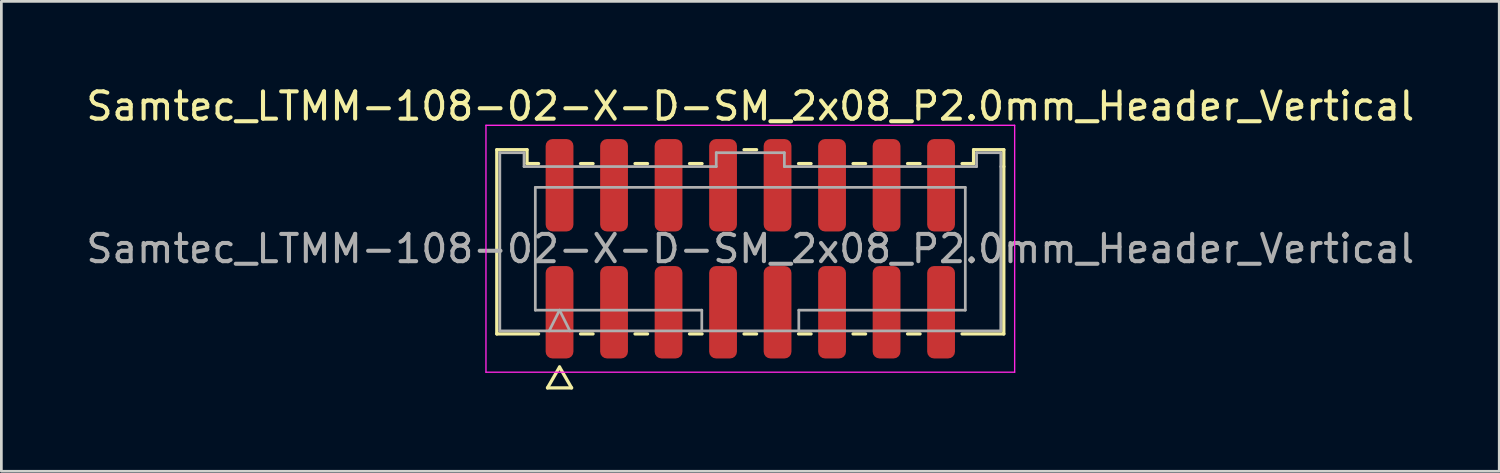
<source format=kicad_pcb>
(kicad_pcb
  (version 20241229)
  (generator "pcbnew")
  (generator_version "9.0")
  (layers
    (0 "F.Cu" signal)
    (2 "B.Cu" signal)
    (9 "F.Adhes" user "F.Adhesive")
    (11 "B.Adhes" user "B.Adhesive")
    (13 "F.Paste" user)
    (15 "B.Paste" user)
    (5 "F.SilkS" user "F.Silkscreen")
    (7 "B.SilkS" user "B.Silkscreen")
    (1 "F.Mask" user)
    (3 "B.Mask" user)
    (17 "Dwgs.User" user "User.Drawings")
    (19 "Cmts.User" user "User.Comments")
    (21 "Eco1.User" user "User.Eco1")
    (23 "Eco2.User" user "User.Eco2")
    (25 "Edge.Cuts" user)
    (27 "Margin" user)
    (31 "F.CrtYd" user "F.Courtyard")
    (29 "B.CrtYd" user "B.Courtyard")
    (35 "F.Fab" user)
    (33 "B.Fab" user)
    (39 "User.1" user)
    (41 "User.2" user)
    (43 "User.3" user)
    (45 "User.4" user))
  (footprint "Samtec_LTMM-108-02-X-D-SM_2x08_P2.0mm_Header_Vertical"
    (layer "F.Cu")
    (at 24.482 6.078)
    (property "Reference" "Samtec_LTMM-108-02-X-D-SM_2x08_P2.0mm_Header_Vertical" (at 0 -5.23 0) (layer "F.SilkS") (effects (font (size 1 1) (thickness 0.15))))
    (attr smd)
    (fp_line (start -9.302 -3.635) (end -8.193 -3.635) (stroke (width 0.12) (type solid)) (layer "F.SilkS"))
    (fp_line (start -9.302 3.125) (end -9.302 -3.635) (stroke (width 0.12) (type solid)) (layer "F.SilkS"))
    (fp_line (start -8.193 -3.635) (end -8.193 -3.125) (stroke (width 0.12) (type solid)) (layer "F.SilkS"))
    (fp_line (start -8.193 -3.125) (end -7.77 -3.125) (stroke (width 0.12) (type solid)) (layer "F.SilkS"))
    (fp_line (start -7.77 3.125) (end -9.302 3.125) (stroke (width 0.12) (type solid)) (layer "F.SilkS"))
    (fp_line (start -7.442 5.105) (end -7 4.34) (stroke (width 0.12) (type solid)) (layer "F.SilkS"))
    (fp_line (start -7 4.34) (end -6.558 5.105) (stroke (width 0.12) (type solid)) (layer "F.SilkS"))
    (fp_line (start -6.558 5.105) (end -7.442 5.105) (stroke (width 0.12) (type solid)) (layer "F.SilkS"))
    (fp_line (start -6.23 -3.125) (end -5.77 -3.125) (stroke (width 0.12) (type solid)) (layer "F.SilkS"))
    (fp_line (start -5.77 3.125) (end -6.23 3.125) (stroke (width 0.12) (type solid)) (layer "F.SilkS"))
    (fp_line (start -4.23 -3.125) (end -3.77 -3.125) (stroke (width 0.12) (type solid)) (layer "F.SilkS"))
    (fp_line (start -3.77 3.125) (end -4.23 3.125) (stroke (width 0.12) (type solid)) (layer "F.SilkS"))
    (fp_line (start -2.23 -3.125) (end -1.77 -3.125) (stroke (width 0.12) (type solid)) (layer "F.SilkS"))
    (fp_line (start -1.77 3.125) (end -2.23 3.125) (stroke (width 0.12) (type solid)) (layer "F.SilkS"))
    (fp_line (start -0.23 -3.635) (end 0.23 -3.635) (stroke (width 0.12) (type solid)) (layer "F.SilkS"))
    (fp_line (start 0.23 3.125) (end -0.23 3.125) (stroke (width 0.12) (type solid)) (layer "F.SilkS"))
    (fp_line (start 1.77 -3.125) (end 2.23 -3.125) (stroke (width 0.12) (type solid)) (layer "F.SilkS"))
    (fp_line (start 2.23 3.125) (end 1.77 3.125) (stroke (width 0.12) (type solid)) (layer "F.SilkS"))
    (fp_line (start 3.77 -3.125) (end 4.23 -3.125) (stroke (width 0.12) (type solid)) (layer "F.SilkS"))
    (fp_line (start 4.23 3.125) (end 3.77 3.125) (stroke (width 0.12) (type solid)) (layer "F.SilkS"))
    (fp_line (start 5.77 -3.125) (end 6.23 -3.125) (stroke (width 0.12) (type solid)) (layer "F.SilkS"))
    (fp_line (start 6.23 3.125) (end 5.77 3.125) (stroke (width 0.12) (type solid)) (layer "F.SilkS"))
    (fp_line (start 7.77 -3.125) (end 8.193 -3.125) (stroke (width 0.12) (type solid)) (layer "F.SilkS"))
    (fp_line (start 8.193 -3.635) (end 9.302 -3.635) (stroke (width 0.12) (type solid)) (layer "F.SilkS"))
    (fp_line (start 8.193 -3.125) (end 8.193 -3.635) (stroke (width 0.12) (type solid)) (layer "F.SilkS"))
    (fp_line (start 9.302 -3.635) (end 9.302 -3.015) (stroke (width 0.12) (type solid)) (layer "F.SilkS"))
    (fp_line (start 9.302 -3.015) (end 9.302 3.125) (stroke (width 0.12) (type solid)) (layer "F.SilkS"))
    (fp_line (start 9.302 3.125) (end 7.77 3.125) (stroke (width 0.12) (type solid)) (layer "F.SilkS"))
    (fp_line (start -9.7 -4.53) (end -9.7 4.53) (stroke (width 0.05) (type solid)) (layer "F.CrtYd"))
    (fp_line (start -9.7 4.53) (end 9.7 4.53) (stroke (width 0.05) (type solid)) (layer "F.CrtYd"))
    (fp_line (start 9.7 -4.53) (end -9.7 -4.53) (stroke (width 0.05) (type solid)) (layer "F.CrtYd"))
    (fp_line (start 9.7 4.53) (end 9.7 -4.53) (stroke (width 0.05) (type solid)) (layer "F.CrtYd"))
    (fp_line (start -9.191 -3.525) (end -8.303 -3.525) (stroke (width 0.1) (type solid)) (layer "F.Fab"))
    (fp_line (start -9.191 3.015) (end -9.191 -3.525) (stroke (width 0.1) (type solid)) (layer "F.Fab"))
    (fp_line (start -8.303 -3.525) (end -8.303 -3.015) (stroke (width 0.1) (type solid)) (layer "F.Fab"))
    (fp_line (start -8.303 -3.015) (end -1.25 -3.015) (stroke (width 0.1) (type solid)) (layer "F.Fab"))
    (fp_line (start -7.889 -2.253) (end 7.889 -2.253) (stroke (width 0.1) (type solid)) (layer "F.Fab"))
    (fp_line (start -7.889 2.253) (end -7.889 -2.253) (stroke (width 0.1) (type solid)) (layer "F.Fab"))
    (fp_line (start -7.381 3.015) (end -7 2.253) (stroke (width 0.1) (type solid)) (layer "F.Fab"))
    (fp_line (start -7 2.253) (end -6.619 3.015) (stroke (width 0.1) (type solid)) (layer "F.Fab"))
    (fp_line (start -1.78 2.253) (end -7.889 2.253) (stroke (width 0.1) (type solid)) (layer "F.Fab"))
    (fp_line (start -1.78 3.015) (end -1.78 2.253) (stroke (width 0.1) (type solid)) (layer "F.Fab"))
    (fp_line (start -1.25 -3.525) (end 1.25 -3.525) (stroke (width 0.1) (type solid)) (layer "F.Fab"))
    (fp_line (start -1.25 -3.015) (end -1.25 -3.525) (stroke (width 0.1) (type solid)) (layer "F.Fab"))
    (fp_line (start 1.25 -3.525) (end 1.25 -3.015) (stroke (width 0.1) (type solid)) (layer "F.Fab"))
    (fp_line (start 1.25 -3.015) (end 8.303 -3.015) (stroke (width 0.1) (type solid)) (layer "F.Fab"))
    (fp_line (start 1.78 2.253) (end 1.78 3.015) (stroke (width 0.1) (type solid)) (layer "F.Fab"))
    (fp_line (start 7.889 -2.253) (end 7.889 2.253) (stroke (width 0.1) (type solid)) (layer "F.Fab"))
    (fp_line (start 7.889 2.253) (end 1.78 2.253) (stroke (width 0.1) (type solid)) (layer "F.Fab"))
    (fp_line (start 8.303 -3.525) (end 9.191 -3.525) (stroke (width 0.1) (type solid)) (layer "F.Fab"))
    (fp_line (start 8.303 -3.015) (end 8.303 -3.525) (stroke (width 0.1) (type solid)) (layer "F.Fab"))
    (fp_line (start 9.191 -3.525) (end 9.191 -3.015) (stroke (width 0.1) (type solid)) (layer "F.Fab"))
    (fp_line (start 9.191 -3.015) (end 9.191 3.015) (stroke (width 0.1) (type solid)) (layer "F.Fab"))
    (fp_line (start 9.191 3.015) (end -9.191 3.015) (stroke (width 0.1) (type solid)) (layer "F.Fab"))
    (fp_text user "${REFERENCE}" (at 0 0 0) (layer "F.Fab") (effects (font (size 1 1) (thickness 0.15))))
    (pad "1" smd roundrect (at -7 2.33) (size 1.02 3.39) (layers "F.Cu" "F.Mask" "F.Paste") (roundrect_rratio 0.245))
    (pad "2" smd roundrect (at -7 -2.33) (size 1.02 3.39) (layers "F.Cu" "F.Mask" "F.Paste") (roundrect_rratio 0.245))
    (pad "3" smd roundrect (at -5 2.33) (size 1.02 3.39) (layers "F.Cu" "F.Mask" "F.Paste") (roundrect_rratio 0.245))
    (pad "4" smd roundrect (at -5 -2.33) (size 1.02 3.39) (layers "F.Cu" "F.Mask" "F.Paste") (roundrect_rratio 0.245))
    (pad "5" smd roundrect (at -3 2.33) (size 1.02 3.39) (layers "F.Cu" "F.Mask" "F.Paste") (roundrect_rratio 0.245))
    (pad "6" smd roundrect (at -3 -2.33) (size 1.02 3.39) (layers "F.Cu" "F.Mask" "F.Paste") (roundrect_rratio 0.245))
    (pad "7" smd roundrect (at -1 2.33) (size 1.02 3.39) (layers "F.Cu" "F.Mask" "F.Paste") (roundrect_rratio 0.245))
    (pad "8" smd roundrect (at -1 -2.33) (size 1.02 3.39) (layers "F.Cu" "F.Mask" "F.Paste") (roundrect_rratio 0.245))
    (pad "9" smd roundrect (at 1 2.33) (size 1.02 3.39) (layers "F.Cu" "F.Mask" "F.Paste") (roundrect_rratio 0.245))
    (pad "10" smd roundrect (at 1 -2.33) (size 1.02 3.39) (layers "F.Cu" "F.Mask" "F.Paste") (roundrect_rratio 0.245))
    (pad "11" smd roundrect (at 3 2.33) (size 1.02 3.39) (layers "F.Cu" "F.Mask" "F.Paste") (roundrect_rratio 0.245))
    (pad "12" smd roundrect (at 3 -2.33) (size 1.02 3.39) (layers "F.Cu" "F.Mask" "F.Paste") (roundrect_rratio 0.245))
    (pad "13" smd roundrect (at 5 2.33) (size 1.02 3.39) (layers "F.Cu" "F.Mask" "F.Paste") (roundrect_rratio 0.245))
    (pad "14" smd roundrect (at 5 -2.33) (size 1.02 3.39) (layers "F.Cu" "F.Mask" "F.Paste") (roundrect_rratio 0.245))
    (pad "15" smd roundrect (at 7 2.33) (size 1.02 3.39) (layers "F.Cu" "F.Mask" "F.Paste") (roundrect_rratio 0.245))
    (pad "16" smd roundrect (at 7 -2.33) (size 1.02 3.39) (layers "F.Cu" "F.Mask" "F.Paste") (roundrect_rratio 0.245)))
  (gr_rect
    (start -3 -3)
    (end 51.964 14.243)
    (stroke (width 0.1) (type default))
    (fill no)
    (layer "Edge.Cuts")))
</source>
